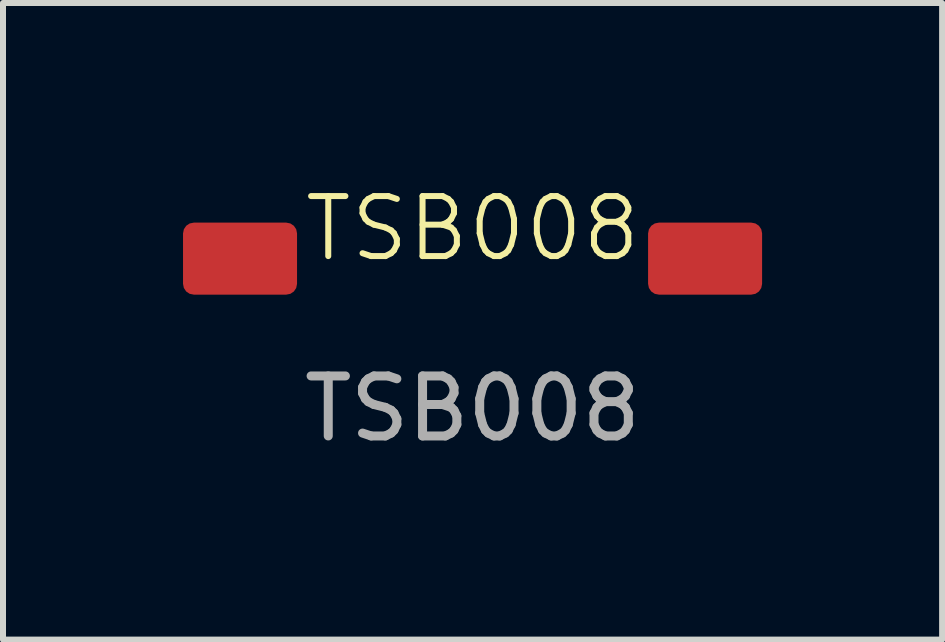
<source format=kicad_pcb>
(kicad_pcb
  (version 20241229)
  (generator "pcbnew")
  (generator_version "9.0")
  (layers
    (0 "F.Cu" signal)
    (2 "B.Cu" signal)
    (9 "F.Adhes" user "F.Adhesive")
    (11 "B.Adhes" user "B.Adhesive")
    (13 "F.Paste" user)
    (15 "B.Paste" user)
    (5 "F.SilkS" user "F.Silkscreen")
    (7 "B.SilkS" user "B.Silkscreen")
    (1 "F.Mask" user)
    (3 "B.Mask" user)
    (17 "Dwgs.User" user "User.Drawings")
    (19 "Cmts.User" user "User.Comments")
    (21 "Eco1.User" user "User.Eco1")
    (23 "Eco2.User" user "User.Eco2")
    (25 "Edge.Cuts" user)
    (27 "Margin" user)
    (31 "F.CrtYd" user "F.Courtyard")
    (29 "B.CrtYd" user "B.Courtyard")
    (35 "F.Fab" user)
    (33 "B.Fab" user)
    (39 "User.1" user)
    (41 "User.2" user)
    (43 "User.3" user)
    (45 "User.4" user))
  (footprint "TSB008"
    (layer "F.Cu")
    (at 4.825 1.26)
    (property "Reference" "TSB008" (at 0 -0.5 0) (unlocked yes) (layer "F.SilkS") (effects (font (size 1 1) (thickness 0.1))))
    (attr smd)
    (fp_text user "${REFERENCE}" (at 0 2.5 0) (unlocked yes) (layer "F.Fab") (effects (font (size 1 1) (thickness 0.15))))
    (pad "1" smd roundrect (at -3.875 0) (size 1.9 1.2) (layers "F.Cu" "F.Mask" "F.Paste") (roundrect_rratio 0.15))
    (pad "2" smd roundrect (at 3.875 0) (size 1.9 1.2) (layers "F.Cu" "F.Mask" "F.Paste") (roundrect_rratio 0.15)))
  (gr_rect
    (start -3 -3)
    (end 12.65 7.609)
    (stroke (width 0.1) (type default))
    (fill no)
    (layer "Edge.Cuts")))
</source>
